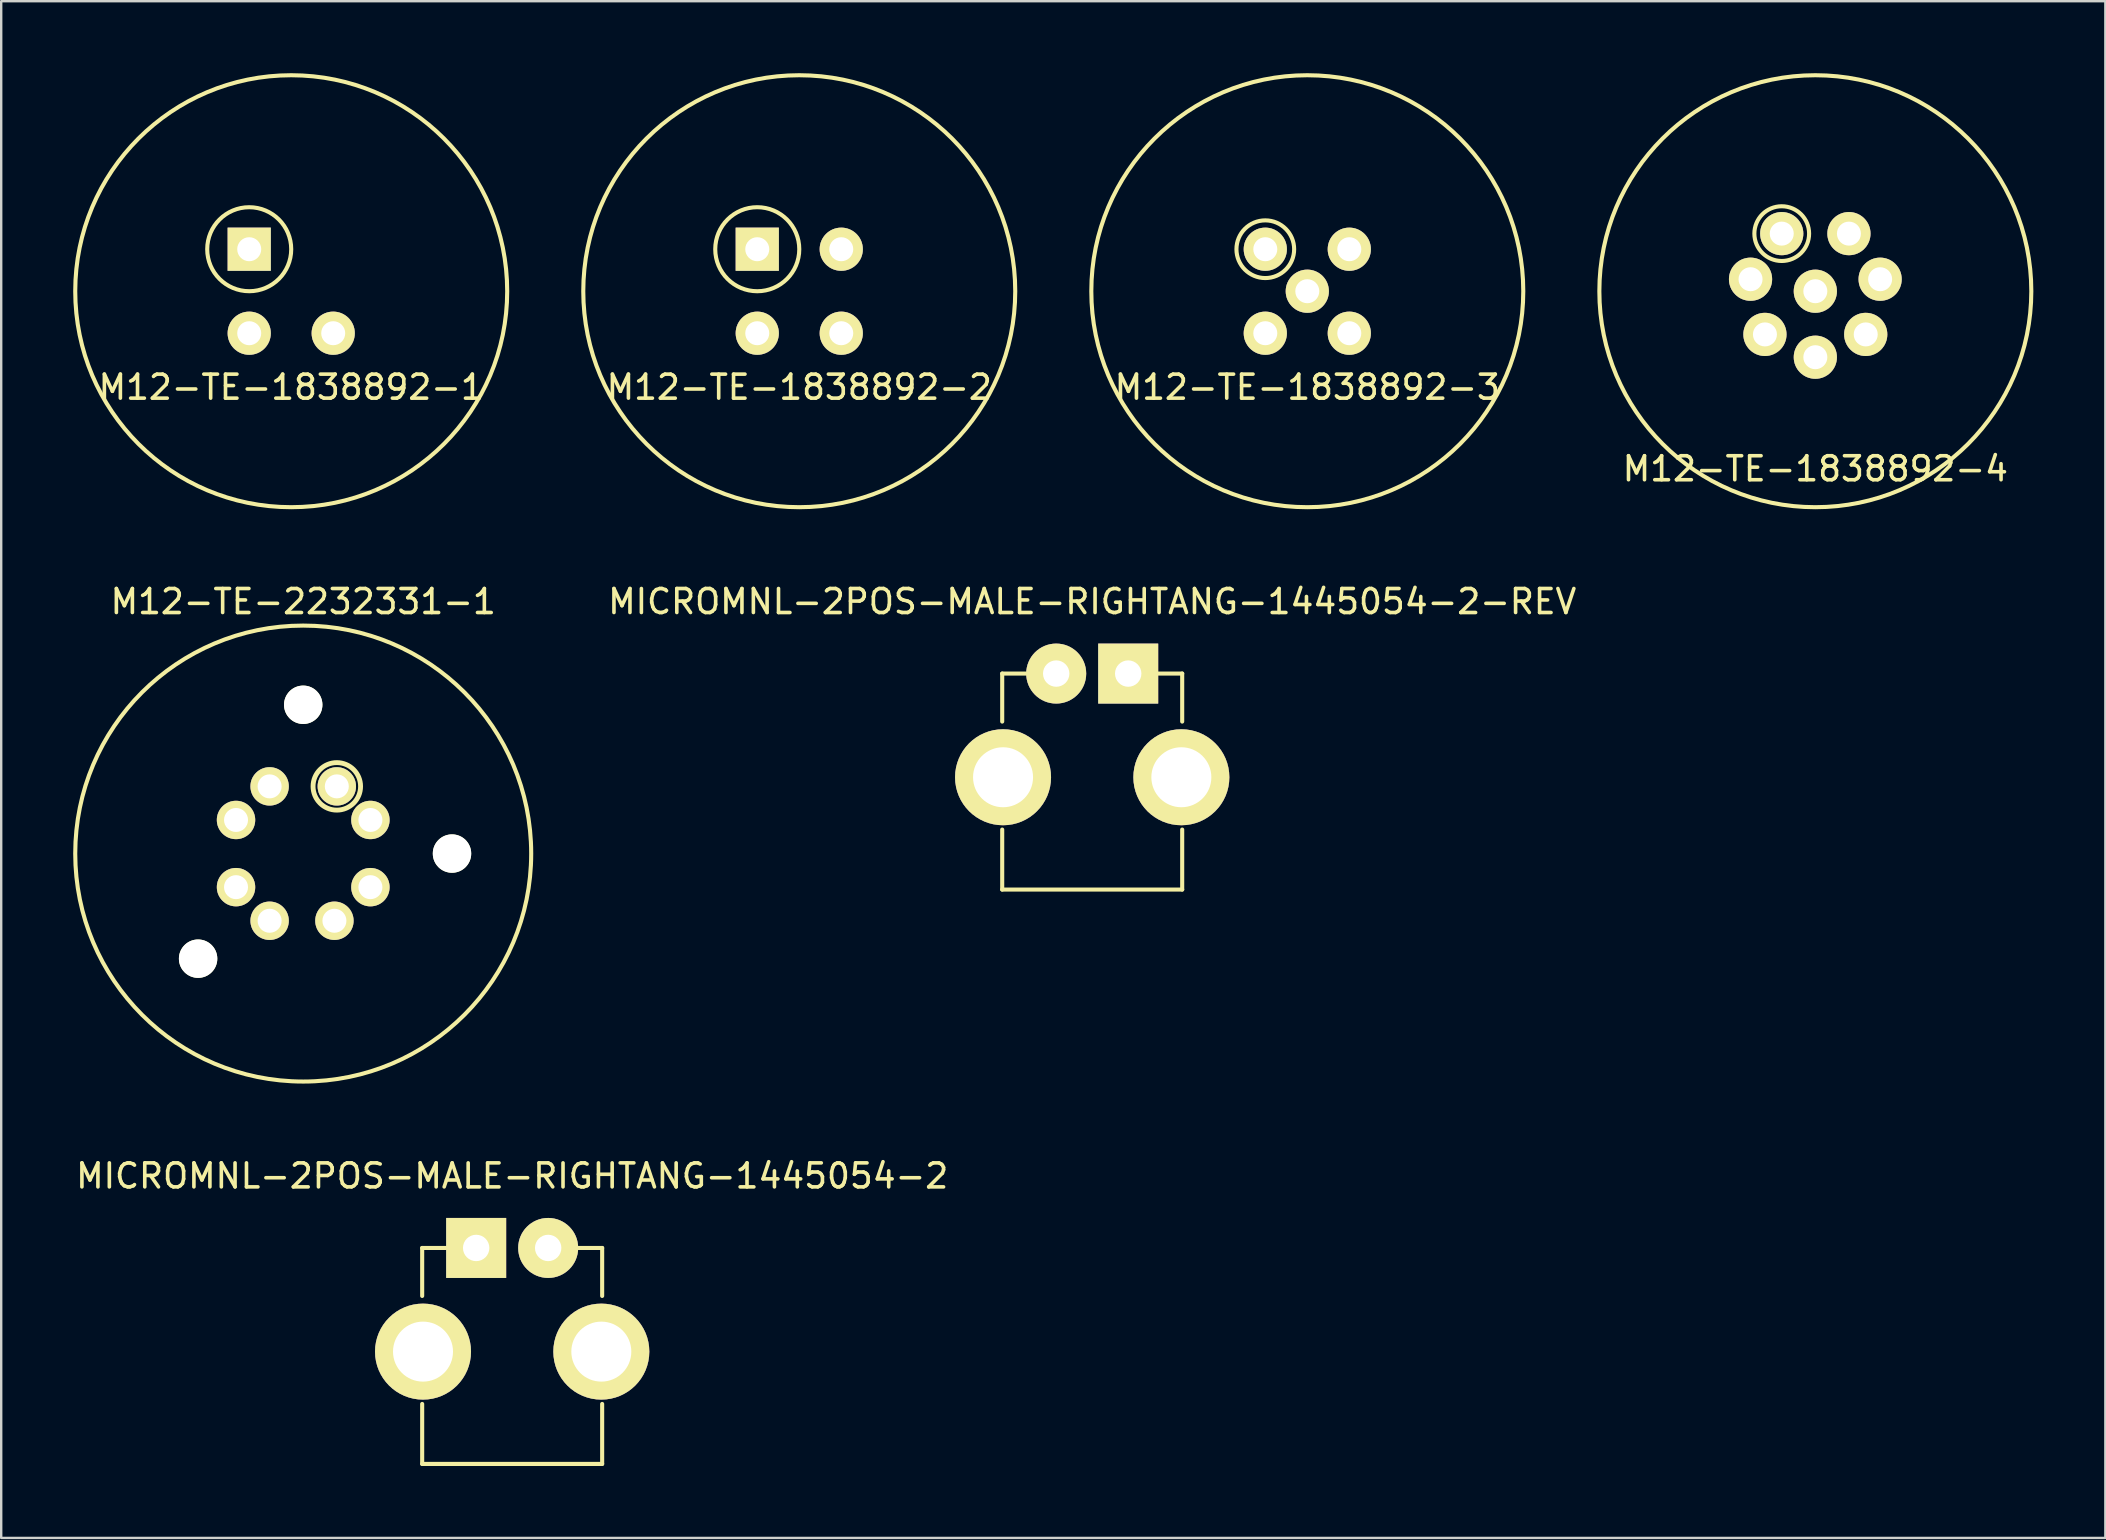
<source format=kicad_pcb>
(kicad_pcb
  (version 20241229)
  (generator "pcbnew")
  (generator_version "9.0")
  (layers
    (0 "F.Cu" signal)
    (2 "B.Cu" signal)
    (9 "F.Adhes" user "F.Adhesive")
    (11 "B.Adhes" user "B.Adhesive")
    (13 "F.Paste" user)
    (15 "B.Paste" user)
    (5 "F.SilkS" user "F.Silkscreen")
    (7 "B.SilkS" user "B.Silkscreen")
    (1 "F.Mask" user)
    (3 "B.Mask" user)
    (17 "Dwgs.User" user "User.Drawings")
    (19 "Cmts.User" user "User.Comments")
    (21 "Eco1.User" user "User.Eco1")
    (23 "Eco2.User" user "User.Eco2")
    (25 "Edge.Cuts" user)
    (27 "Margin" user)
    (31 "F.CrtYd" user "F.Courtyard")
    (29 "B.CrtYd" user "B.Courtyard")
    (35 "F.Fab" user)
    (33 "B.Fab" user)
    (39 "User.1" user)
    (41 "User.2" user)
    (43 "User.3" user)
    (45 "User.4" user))
  (footprint "M12-TE-2232331-1"
    (layer "F.Cu")
    (at 9.585 32.518)
    (property "Reference" "M12-TE-2232331-1" (at 0 -10.5 0) (layer "F.SilkS") (effects (font (size 1 1) (thickness 0.15))))
    (attr through_hole)
    (fp_circle (center 0 0) (end 9.5 0) (stroke (width 0.17) (type solid)) (fill no) (layer "F.SilkS"))
    (fp_circle (center 1.4 -2.8) (end 2.1 -2.1) (stroke (width 0.203) (type solid)) (fill no) (layer "F.SilkS"))
    (pad "" np_thru_hole circle (at -4.38 4.38) (size 1.6 1.6) (drill 1.6) (layers "*.Cu" "*.Mask" "F.SilkS"))
    (pad "" np_thru_hole circle (at 0 -6.2) (size 1.6 1.6) (drill 1.6) (layers "*.Cu" "*.Mask" "F.SilkS"))
    (pad "" np_thru_hole circle (at 6.2 0) (size 1.6 1.6) (drill 1.6) (layers "*.Cu" "*.Mask" "F.SilkS"))
    (pad "1" thru_hole circle (at 1.4 -2.8) (size 1.6 1.6) (drill 1) (layers "*.Cu" "*.Mask" "F.SilkS"))
    (pad "2" thru_hole circle (at 2.8 -1.4) (size 1.6 1.6) (drill 1) (layers "*.Cu" "*.Mask" "F.SilkS"))
    (pad "3" thru_hole circle (at 2.8 1.4) (size 1.6 1.6) (drill 1) (layers "*.Cu" "*.Mask" "F.SilkS"))
    (pad "4" thru_hole circle (at 1.3 2.8) (size 1.6 1.6) (drill 1) (layers "*.Cu" "*.Mask" "F.SilkS"))
    (pad "5" thru_hole circle (at -1.4 2.8) (size 1.6 1.6) (drill 1) (layers "*.Cu" "*.Mask" "F.SilkS"))
    (pad "6" thru_hole circle (at -2.8 1.4) (size 1.6 1.6) (drill 1) (layers "*.Cu" "*.Mask" "F.SilkS"))
    (pad "7" thru_hole circle (at -2.8 -1.4) (size 1.6 1.6) (drill 1) (layers "*.Cu" "*.Mask" "F.SilkS"))
    (pad "8" thru_hole circle (at -1.4 -2.8) (size 1.6 1.6) (drill 1) (layers "*.Cu" "*.Mask" "F.SilkS")))
  (footprint "M12-TE-1838892-3"
    (layer "F.Cu")
    (at 51.425 9.085)
    (property "Reference" "M12-TE-1838892-3" (at 0 4 0) (layer "F.SilkS") (effects (font (size 1 1) (thickness 0.15))))
    (attr through_hole)
    (fp_circle (center -1.75 -1.75) (end -0.9 -0.9) (stroke (width 0.17) (type solid)) (fill no) (layer "F.SilkS"))
    (fp_circle (center 0 0) (end 9 0) (stroke (width 0.17) (type solid)) (fill no) (layer "F.SilkS"))
    (pad "1" thru_hole circle (at -1.75 -1.75) (size 1.8 1.8) (drill 1) (layers "*.Cu" "*.Mask" "F.SilkS"))
    (pad "2" thru_hole circle (at 1.75 -1.75) (size 1.8 1.8) (drill 1) (layers "*.Cu" "*.Mask" "F.SilkS"))
    (pad "3" thru_hole circle (at 1.75 1.75) (size 1.8 1.8) (drill 1) (layers "*.Cu" "*.Mask" "F.SilkS"))
    (pad "4" thru_hole circle (at -1.75 1.75) (size 1.8 1.8) (drill 1) (layers "*.Cu" "*.Mask" "F.SilkS"))
    (pad "5" thru_hole circle (at 0 0) (size 1.8 1.8) (drill 1) (layers "*.Cu" "*.Mask" "F.SilkS")))
  (footprint "MICROMNL-2POS-MALE-RIGHTANG-1445054-2"
    (layer "F.Cu")
    (at 18.292 48.952)
    (property "Reference" "MICROMNL-2POS-MALE-RIGHTANG-1445054-2" (at 0 -3 0) (layer "F.SilkS") (effects (font (size 1 1) (thickness 0.15))))
    (attr through_hole)
    (fp_line (start -3.75 0) (end -3.75 2) (stroke (width 0.17) (type solid)) (layer "F.SilkS"))
    (fp_line (start -3.75 6.5) (end -3.75 9) (stroke (width 0.17) (type solid)) (layer "F.SilkS"))
    (fp_line (start -3.75 9) (end 3.75 9) (stroke (width 0.17) (type solid)) (layer "F.SilkS"))
    (fp_line (start -2.75 0) (end -3.75 0) (stroke (width 0.17) (type solid)) (layer "F.SilkS"))
    (fp_line (start 2.75 0) (end 3.75 0) (stroke (width 0.17) (type solid)) (layer "F.SilkS"))
    (fp_line (start 3.75 0) (end 3.75 2) (stroke (width 0.17) (type solid)) (layer "F.SilkS"))
    (fp_line (start 3.75 9) (end 3.75 6.5) (stroke (width 0.17) (type solid)) (layer "F.SilkS"))
    (pad "1" thru_hole rect (at -1.5 0) (size 2.5 2.5) (drill 1.1) (layers "*.Cu" "*.Mask" "F.SilkS"))
    (pad "2" thru_hole circle (at 1.5 0) (size 2.5 2.5) (drill 1.1) (layers "*.Cu" "*.Mask" "F.SilkS"))
    (pad "M1" thru_hole circle (at -3.715 4.32) (size 4 4) (drill 2.5) (layers "*.Cu" "*.Mask" "F.SilkS"))
    (pad "M2" thru_hole circle (at 3.715 4.32) (size 4 4) (drill 2.5) (layers "*.Cu" "*.Mask" "F.SilkS")))
  (footprint "M12-TE-1838892-1"
    (layer "F.Cu")
    (at 9.085 9.085)
    (property "Reference" "M12-TE-1838892-1" (at 0 4 0) (layer "F.SilkS") (effects (font (size 1 1) (thickness 0.15))))
    (attr through_hole)
    (fp_circle (center -1.75 -1.75) (end -1.75 0) (stroke (width 0.17) (type solid)) (fill no) (layer "F.SilkS"))
    (fp_circle (center 0 0) (end 9 0) (stroke (width 0.17) (type solid)) (fill no) (layer "F.SilkS"))
    (pad "1" thru_hole rect (at -1.75 -1.75) (size 1.8 1.8) (drill 1) (layers "*.Cu" "*.Mask" "F.SilkS"))
    (pad "3" thru_hole circle (at 1.75 1.75) (size 1.8 1.8) (drill 1) (layers "*.Cu" "*.Mask" "F.SilkS"))
    (pad "4" thru_hole circle (at -1.75 1.75) (size 1.8 1.8) (drill 1) (layers "*.Cu" "*.Mask" "F.SilkS")))
  (footprint "MICROMNL-2POS-MALE-RIGHTANG-1445054-2-REV"
    (layer "F.Cu")
    (at 42.462 25.018)
    (property "Reference" "MICROMNL-2POS-MALE-RIGHTANG-1445054-2-REV" (at 0 -3 0) (layer "F.SilkS") (effects (font (size 1 1) (thickness 0.15))))
    (attr through_hole)
    (fp_line (start -3.75 0) (end -3.75 2) (stroke (width 0.17) (type solid)) (layer "F.SilkS"))
    (fp_line (start -3.75 6.5) (end -3.75 9) (stroke (width 0.17) (type solid)) (layer "F.SilkS"))
    (fp_line (start -3.75 9) (end 3.75 9) (stroke (width 0.17) (type solid)) (layer "F.SilkS"))
    (fp_line (start -2.75 0) (end -3.75 0) (stroke (width 0.17) (type solid)) (layer "F.SilkS"))
    (fp_line (start 2.75 0) (end 3.75 0) (stroke (width 0.17) (type solid)) (layer "F.SilkS"))
    (fp_line (start 3.75 0) (end 3.75 2) (stroke (width 0.17) (type solid)) (layer "F.SilkS"))
    (fp_line (start 3.75 9) (end 3.75 6.5) (stroke (width 0.17) (type solid)) (layer "F.SilkS"))
    (pad "1" thru_hole rect (at 1.5 0) (size 2.5 2.5) (drill 1.1) (layers "*.Cu" "*.Mask" "F.SilkS"))
    (pad "2" thru_hole circle (at -1.5 0) (size 2.5 2.5) (drill 1.1) (layers "*.Cu" "*.Mask" "F.SilkS"))
    (pad "M1" thru_hole circle (at -3.715 4.32) (size 4 4) (drill 2.5) (layers "*.Cu" "*.Mask" "F.SilkS"))
    (pad "M2" thru_hole circle (at 3.715 4.32) (size 4 4) (drill 2.5) (layers "*.Cu" "*.Mask" "F.SilkS")))
  (footprint "M12-TE-1838892-2"
    (layer "F.Cu")
    (at 30.255 9.085)
    (property "Reference" "M12-TE-1838892-2" (at 0 4 0) (layer "F.SilkS") (effects (font (size 1 1) (thickness 0.15))))
    (attr through_hole)
    (fp_circle (center -1.75 -1.75) (end -1.7 0) (stroke (width 0.17) (type solid)) (fill no) (layer "F.SilkS"))
    (fp_circle (center 0 0) (end 9 0) (stroke (width 0.17) (type solid)) (fill no) (layer "F.SilkS"))
    (pad "1" thru_hole rect (at -1.75 -1.75) (size 1.8 1.8) (drill 1) (layers "*.Cu" "*.Mask" "F.SilkS"))
    (pad "2" thru_hole circle (at 1.75 -1.75) (size 1.8 1.8) (drill 1) (layers "*.Cu" "*.Mask" "F.SilkS"))
    (pad "3" thru_hole circle (at 1.75 1.75) (size 1.8 1.8) (drill 1) (layers "*.Cu" "*.Mask" "F.SilkS"))
    (pad "4" thru_hole circle (at -1.75 1.75) (size 1.8 1.8) (drill 1) (layers "*.Cu" "*.Mask" "F.SilkS")))
  (footprint "M12-TE-1838892-4"
    (layer "F.Cu")
    (at 72.595 9.085)
    (property "Reference" "M12-TE-1838892-4" (at 0 7.4 0) (layer "F.SilkS") (effects (font (size 1 1) (thickness 0.15))))
    (attr through_hole)
    (fp_circle (center -1.4 -2.4) (end -2.1 -1.5) (stroke (width 0.17) (type solid)) (fill no) (layer "F.SilkS"))
    (fp_circle (center 0 0) (end 9 0) (stroke (width 0.17) (type solid)) (fill no) (layer "F.SilkS"))
    (pad "1" thru_hole circle (at -1.4 -2.4) (size 1.8 1.8) (drill 1) (layers "*.Cu" "*.Mask" "F.SilkS"))
    (pad "2" thru_hole circle (at 1.4 -2.4) (size 1.8 1.8) (drill 1) (layers "*.Cu" "*.Mask" "F.SilkS"))
    (pad "3" thru_hole circle (at 2.7 -0.5) (size 1.8 1.8) (drill 1) (layers "*.Cu" "*.Mask" "F.SilkS"))
    (pad "4" thru_hole circle (at 2.1 1.8) (size 1.8 1.8) (drill 1) (layers "*.Cu" "*.Mask" "F.SilkS"))
    (pad "5" thru_hole circle (at 0 2.75) (size 1.8 1.8) (drill 1) (layers "*.Cu" "*.Mask" "F.SilkS"))
    (pad "6" thru_hole circle (at -2.1 1.8) (size 1.8 1.8) (drill 1) (layers "*.Cu" "*.Mask" "F.SilkS"))
    (pad "7" thru_hole circle (at -2.7 -0.5) (size 1.8 1.8) (drill 1) (layers "*.Cu" "*.Mask" "F.SilkS"))
    (pad "8" thru_hole circle (at 0 0) (size 1.8 1.8) (drill 1) (layers "*.Cu" "*.Mask" "F.SilkS")))
  (gr_rect
    (start -3 -3)
    (end 84.68 61.036)
    (stroke (width 0.1) (type default))
    (fill no)
    (layer "Edge.Cuts")))
</source>
